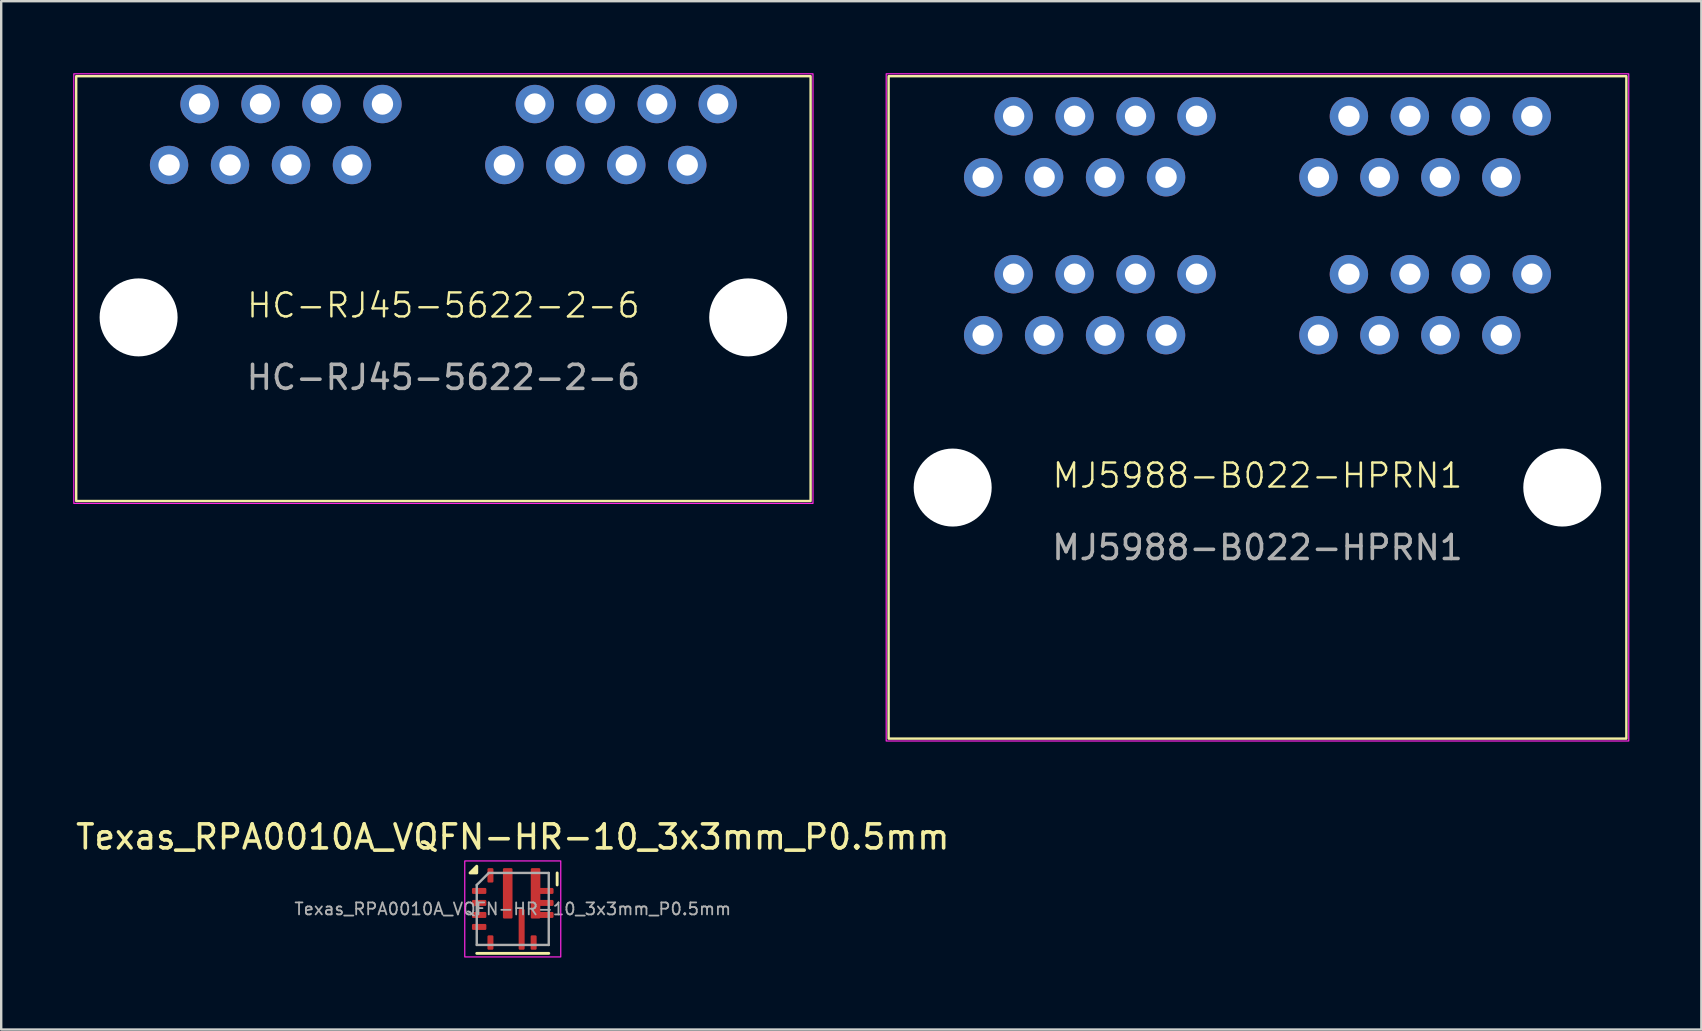
<source format=kicad_pcb>
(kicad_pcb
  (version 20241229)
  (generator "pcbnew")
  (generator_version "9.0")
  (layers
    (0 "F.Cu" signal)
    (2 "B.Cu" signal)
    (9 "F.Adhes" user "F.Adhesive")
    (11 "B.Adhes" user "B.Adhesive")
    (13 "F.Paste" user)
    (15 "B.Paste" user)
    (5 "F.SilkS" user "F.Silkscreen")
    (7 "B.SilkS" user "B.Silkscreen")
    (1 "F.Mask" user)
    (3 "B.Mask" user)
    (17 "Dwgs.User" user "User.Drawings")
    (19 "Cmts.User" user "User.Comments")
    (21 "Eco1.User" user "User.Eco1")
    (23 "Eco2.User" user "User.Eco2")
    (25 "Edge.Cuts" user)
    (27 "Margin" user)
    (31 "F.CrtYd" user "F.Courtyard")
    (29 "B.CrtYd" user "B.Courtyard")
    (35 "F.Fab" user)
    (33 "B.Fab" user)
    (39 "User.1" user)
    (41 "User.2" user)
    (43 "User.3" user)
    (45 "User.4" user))
  (footprint "MJ5988-B022-HPRN1"
    (layer "F.Cu")
    (at 49.345 27.725)
    (property "Reference" "MJ5988-B022-HPRN1" (at 0 -10.96 0) (unlocked yes) (layer "F.SilkS") (effects (font (size 1 1) (thickness 0.1))))
    (attr through_hole)
    (fp_rect (start -15.37 -27.6) (end 15.37 0) (stroke (width 0.1) (type default)) (fill no) (layer "F.SilkS"))
    (fp_rect (start -15.47 -27.7) (end 15.47 0.1) (stroke (width 0.05) (type default)) (fill no) (layer "F.CrtYd"))
    (fp_text user "${REFERENCE}" (at 0 -7.96 0) (unlocked yes) (layer "F.Fab") (effects (font (size 1 1) (thickness 0.15))))
    (pad "" np_thru_hole circle (at -12.7 -10.46) (size 3.25 3.25) (drill 3.25) (layers "*.Cu" "*.Mask"))
    (pad "" np_thru_hole circle (at 12.7 -10.46) (size 3.25 3.25) (drill 3.25) (layers "*.Cu" "*.Mask"))
    (pad "A1" thru_hole circle (at 11.43 -19.35) (size 1.6 1.6) (drill 0.89) (layers "*.Cu" "*.Mask"))
    (pad "A2" thru_hole circle (at 10.16 -16.81) (size 1.6 1.6) (drill 0.89) (layers "*.Cu" "*.Mask"))
    (pad "A3" thru_hole circle (at 8.89 -19.35) (size 1.6 1.6) (drill 0.89) (layers "*.Cu" "*.Mask"))
    (pad "A4" thru_hole circle (at 7.62 -16.81) (size 1.6 1.6) (drill 0.89) (layers "*.Cu" "*.Mask"))
    (pad "A5" thru_hole circle (at 6.35 -19.35) (size 1.6 1.6) (drill 0.89) (layers "*.Cu" "*.Mask"))
    (pad "A6" thru_hole circle (at 5.08 -16.81) (size 1.6 1.6) (drill 0.89) (layers "*.Cu" "*.Mask"))
    (pad "A7" thru_hole circle (at 3.81 -19.35) (size 1.6 1.6) (drill 0.89) (layers "*.Cu" "*.Mask"))
    (pad "A8" thru_hole circle (at 2.54 -16.81) (size 1.6 1.6) (drill 0.89) (layers "*.Cu" "*.Mask"))
    (pad "B1" thru_hole circle (at -2.54 -19.35) (size 1.6 1.6) (drill 0.89) (layers "*.Cu" "*.Mask"))
    (pad "B2" thru_hole circle (at -3.81 -16.81) (size 1.6 1.6) (drill 0.89) (layers "*.Cu" "*.Mask"))
    (pad "B3" thru_hole circle (at -5.08 -19.35) (size 1.6 1.6) (drill 0.89) (layers "*.Cu" "*.Mask"))
    (pad "B4" thru_hole circle (at -6.35 -16.81) (size 1.6 1.6) (drill 0.89) (layers "*.Cu" "*.Mask"))
    (pad "B5" thru_hole circle (at -7.62 -19.35 90) (size 1.6 1.6) (drill 0.89) (layers "*.Cu" "*.Mask"))
    (pad "B6" thru_hole circle (at -8.89 -16.81) (size 1.6 1.6) (drill 0.89) (layers "*.Cu" "*.Mask"))
    (pad "B7" thru_hole circle (at -10.16 -19.35) (size 1.6 1.6) (drill 0.89) (layers "*.Cu" "*.Mask"))
    (pad "B8" thru_hole circle (at -11.43 -16.81) (size 1.6 1.6) (drill 0.89) (layers "*.Cu" "*.Mask"))
    (pad "C1" thru_hole circle (at 11.43 -25.93) (size 1.6 1.6) (drill 0.89) (layers "*.Cu" "*.Mask"))
    (pad "C2" thru_hole circle (at 10.16 -23.39) (size 1.6 1.6) (drill 0.89) (layers "*.Cu" "*.Mask"))
    (pad "C3" thru_hole circle (at 8.89 -25.93) (size 1.6 1.6) (drill 0.89) (layers "*.Cu" "*.Mask"))
    (pad "C4" thru_hole circle (at 7.62 -23.39) (size 1.6 1.6) (drill 0.89) (layers "*.Cu" "*.Mask"))
    (pad "C5" thru_hole circle (at 6.35 -25.93) (size 1.6 1.6) (drill 0.89) (layers "*.Cu" "*.Mask"))
    (pad "C6" thru_hole circle (at 5.08 -23.39) (size 1.6 1.6) (drill 0.89) (layers "*.Cu" "*.Mask"))
    (pad "C7" thru_hole circle (at 3.81 -25.93) (size 1.6 1.6) (drill 0.89) (layers "*.Cu" "*.Mask"))
    (pad "C8" thru_hole circle (at 2.54 -23.39) (size 1.6 1.6) (drill 0.89) (layers "*.Cu" "*.Mask"))
    (pad "D1" thru_hole circle (at -2.54 -25.93) (size 1.6 1.6) (drill 0.89) (layers "*.Cu" "*.Mask"))
    (pad "D2" thru_hole circle (at -3.81 -23.39) (size 1.6 1.6) (drill 0.89) (layers "*.Cu" "*.Mask"))
    (pad "D3" thru_hole circle (at -5.08 -25.93) (size 1.6 1.6) (drill 0.89) (layers "*.Cu" "*.Mask"))
    (pad "D4" thru_hole circle (at -6.35 -23.39) (size 1.6 1.6) (drill 0.89) (layers "*.Cu" "*.Mask"))
    (pad "D5" thru_hole circle (at -7.62 -25.93) (size 1.6 1.6) (drill 0.89) (layers "*.Cu" "*.Mask"))
    (pad "D6" thru_hole circle (at -8.89 -23.39) (size 1.6 1.6) (drill 0.89) (layers "*.Cu" "*.Mask"))
    (pad "D7" thru_hole circle (at -10.16 -25.93) (size 1.6 1.6) (drill 0.89) (layers "*.Cu" "*.Mask"))
    (pad "D8" thru_hole circle (at -11.43 -23.39) (size 1.6 1.6) (drill 0.89) (layers "*.Cu" "*.Mask")))
  (footprint "Texas_RPA0010A_VQFN-HR-10_3x3mm_P0.5mm"
    (layer "F.Cu")
    (at 18.315 34.823)
    (property "Reference" "Texas_RPA0010A_VQFN-HR-10_3x3mm_P0.5mm" (at 0 -3 0) (unlocked yes) (layer "F.SilkS") (effects (font (size 1 1) (thickness 0.15))))
    (attr smd)
    (fp_line (start -1.5 1.85) (end 1.5 1.85) (stroke (width 0.12) (type default)) (layer "F.SilkS"))
    (fp_line (start 1.85 -1) (end 1.85 -1.5) (stroke (width 0.12) (type default)) (layer "F.SilkS"))
    (fp_poly (pts (xy -1.5 -1.5) (xy -1.78 -1.5) (xy -1.5 -1.78) (xy -1.5 -1.5)) (stroke (width 0.12) (type solid)) (fill yes) (layer "F.SilkS"))
    (fp_rect (start -2 -2) (end 2 2) (stroke (width 0.05) (type default)) (fill no) (layer "F.CrtYd"))
    (fp_line (start -1.5 -1) (end -1.5 1.5) (stroke (width 0.1) (type default)) (layer "F.Fab"))
    (fp_line (start -1.5 -1) (end -1 -1.5) (stroke (width 0.1) (type default)) (layer "F.Fab"))
    (fp_line (start -1.5 1.5) (end 1.5 1.5) (stroke (width 0.1) (type default)) (layer "F.Fab"))
    (fp_line (start 1.5 -1.5) (end -1 -1.5) (stroke (width 0.1) (type default)) (layer "F.Fab"))
    (fp_line (start 1.5 1.5) (end 1.5 -1.5) (stroke (width 0.1) (type default)) (layer "F.Fab"))
    (fp_text user "${REFERENCE}" (at 0 0 0) (unlocked yes) (layer "F.Fab") (effects (font (size 0.5 0.5) (thickness 0.075))))
    (pad "1" smd roundrect (at -1.4 -0.75 90) (size 0.25 0.6) (layers "F.Cu" "F.Mask" "F.Paste") (roundrect_rratio 0.2))
    (pad "2" smd roundrect (at -1.4 -0.25 90) (size 0.25 0.6) (layers "F.Cu" "F.Mask" "F.Paste") (roundrect_rratio 0.2))
    (pad "3" smd roundrect (at -1.4 0.25 90) (size 0.25 0.6) (layers "F.Cu" "F.Mask" "F.Paste") (roundrect_rratio 0.2))
    (pad "4" smd roundrect (at -1.4 0.75 90) (size 0.25 0.6) (layers "F.Cu" "F.Mask" "F.Paste") (roundrect_rratio 0.2))
    (pad "5" smd roundrect (at -0.93 1.4) (size 0.25 0.6) (layers "F.Cu" "F.Mask" "F.Paste") (roundrect_rratio 0.2))
    (pad "6" smd roundrect (at 0.37 0.85) (size 0.25 1.7) (layers "F.Cu" "F.Mask" "F.Paste") (roundrect_rratio 0.2))
    (pad "7" smd roundrect (at 0.87 1.4) (size 0.25 0.6) (layers "F.Cu" "F.Mask" "F.Paste") (roundrect_rratio 0.2))
    (pad "8" smd custom (at 0.95 -0.65) (size 0.4 0.4) (layers "F.Cu" "F.Mask" "F.Paste") (options (anchor circle)) (primitives (gr_poly (pts (xy 0.7 0.975) (xy 0.7 0.825) (xy 0.05 0.825) (xy 0.05 0.475) (xy 0.7 0.475) (xy 0.7 0.325) (xy 0.05 0.325) (xy 0.05 -0.025) (xy 0.7 -0.025) (xy 0.7 -0.175) (xy 0 -0.175) (xy 0 0.975)) (width 0.1) (fill yes)) (gr_poly (pts (xy -0.2 -1) (xy -0.196 -1.019) (xy -0.185 -1.035) (xy -0.169 -1.046) (xy -0.15 -1.05) (xy 0.15 -1.05) (xy 0.169 -1.046) (xy 0.185 -1.035) (xy 0.196 -1.019) (xy 0.2 -1) (xy 0.2 1) (xy 0.196 1.019) (xy 0.185 1.035) (xy 0.169 1.046) (xy 0.15 1.05) (xy -0.15 1.05) (xy -0.169 1.046) (xy -0.185 1.035) (xy -0.196 1.019) (xy -0.2 1)) (width 0) (fill yes))))
    (pad "9" smd roundrect (at -0.21 -0.65) (size 0.4 2.1) (layers "F.Cu" "F.Mask" "F.Paste") (roundrect_rratio 0.125))
    (pad "10" smd roundrect (at -0.93 -1.4) (size 0.25 0.6) (layers "F.Cu" "F.Mask" "F.Paste") (roundrect_rratio 0.2)))
  (footprint "HC-RJ45-5622-2-6"
    (layer "F.Cu")
    (at 15.425 17.825)
    (property "Reference" "HC-RJ45-5622-2-6" (at 0 -8.15 0) (unlocked yes) (layer "F.SilkS") (effects (font (size 1 1) (thickness 0.1))))
    (attr through_hole)
    (fp_rect (start -15.3 -17.7) (end 15.3 0) (stroke (width 0.1) (type default)) (fill no) (layer "F.SilkS"))
    (fp_rect (start -15.4 -17.8) (end 15.4 0.1) (stroke (width 0.05) (type default)) (fill no) (layer "F.CrtYd"))
    (fp_text user "${REFERENCE}" (at 0 -5.15 0) (unlocked yes) (layer "F.Fab") (effects (font (size 1 1) (thickness 0.15))))
    (pad "" np_thru_hole circle (at -12.7 -7.65) (size 3.25 3.25) (drill 3.25) (layers "*.Cu" "*.Mask"))
    (pad "" np_thru_hole circle (at 12.7 -7.65) (size 3.25 3.25) (drill 3.25) (layers "*.Cu" "*.Mask"))
    (pad "A1" thru_hole circle (at 11.43 -16.54) (size 1.6 1.6) (drill 0.89) (layers "*.Cu" "*.Mask"))
    (pad "A2" thru_hole circle (at 10.16 -14) (size 1.6 1.6) (drill 0.89) (layers "*.Cu" "*.Mask"))
    (pad "A3" thru_hole circle (at 8.89 -16.54) (size 1.6 1.6) (drill 0.89) (layers "*.Cu" "*.Mask"))
    (pad "A4" thru_hole circle (at 7.62 -14) (size 1.6 1.6) (drill 0.89) (layers "*.Cu" "*.Mask"))
    (pad "A5" thru_hole circle (at 6.35 -16.54) (size 1.6 1.6) (drill 0.89) (layers "*.Cu" "*.Mask"))
    (pad "A6" thru_hole circle (at 5.08 -14) (size 1.6 1.6) (drill 0.89) (layers "*.Cu" "*.Mask"))
    (pad "A7" thru_hole circle (at 3.81 -16.54) (size 1.6 1.6) (drill 0.89) (layers "*.Cu" "*.Mask"))
    (pad "A8" thru_hole circle (at 2.54 -14) (size 1.6 1.6) (drill 0.89) (layers "*.Cu" "*.Mask"))
    (pad "B1" thru_hole circle (at -2.54 -16.54) (size 1.6 1.6) (drill 0.89) (layers "*.Cu" "*.Mask"))
    (pad "B2" thru_hole circle (at -3.81 -14) (size 1.6 1.6) (drill 0.89) (layers "*.Cu" "*.Mask"))
    (pad "B3" thru_hole circle (at -5.08 -16.54) (size 1.6 1.6) (drill 0.89) (layers "*.Cu" "*.Mask"))
    (pad "B4" thru_hole circle (at -6.35 -14) (size 1.6 1.6) (drill 0.89) (layers "*.Cu" "*.Mask"))
    (pad "B5" thru_hole circle (at -7.62 -16.54 90) (size 1.6 1.6) (drill 0.89) (layers "*.Cu" "*.Mask"))
    (pad "B6" thru_hole circle (at -8.89 -14) (size 1.6 1.6) (drill 0.89) (layers "*.Cu" "*.Mask"))
    (pad "B7" thru_hole circle (at -10.16 -16.54) (size 1.6 1.6) (drill 0.89) (layers "*.Cu" "*.Mask"))
    (pad "B8" thru_hole circle (at -11.43 -14) (size 1.6 1.6) (drill 0.89) (layers "*.Cu" "*.Mask")))
  (gr_rect
    (start -3 -3)
    (end 67.84 39.848)
    (stroke (width 0.1) (type default))
    (fill no)
    (layer "Edge.Cuts")))
</source>
